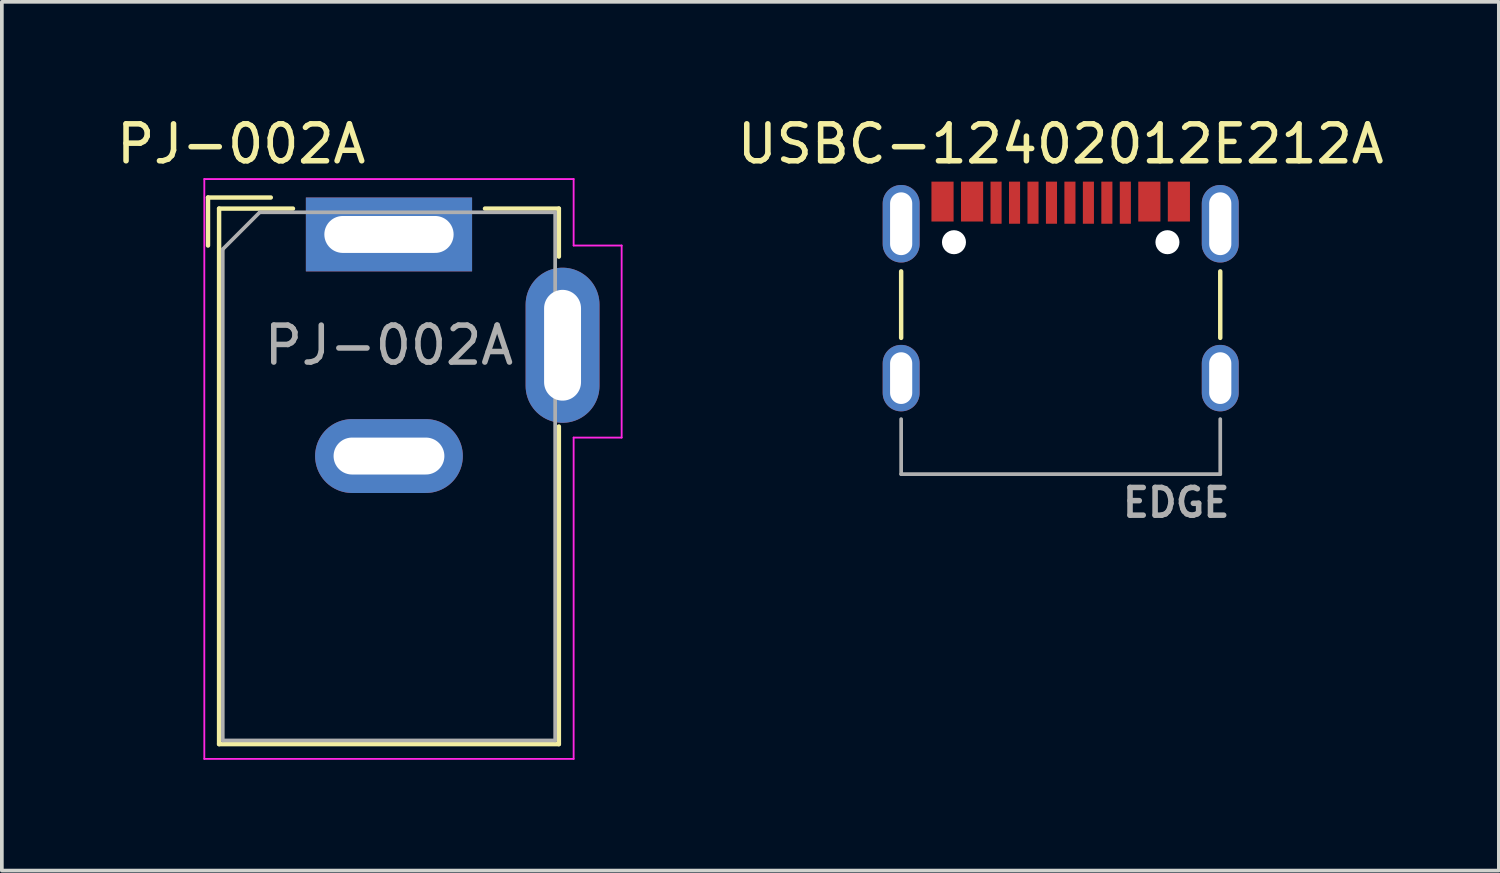
<source format=kicad_pcb>
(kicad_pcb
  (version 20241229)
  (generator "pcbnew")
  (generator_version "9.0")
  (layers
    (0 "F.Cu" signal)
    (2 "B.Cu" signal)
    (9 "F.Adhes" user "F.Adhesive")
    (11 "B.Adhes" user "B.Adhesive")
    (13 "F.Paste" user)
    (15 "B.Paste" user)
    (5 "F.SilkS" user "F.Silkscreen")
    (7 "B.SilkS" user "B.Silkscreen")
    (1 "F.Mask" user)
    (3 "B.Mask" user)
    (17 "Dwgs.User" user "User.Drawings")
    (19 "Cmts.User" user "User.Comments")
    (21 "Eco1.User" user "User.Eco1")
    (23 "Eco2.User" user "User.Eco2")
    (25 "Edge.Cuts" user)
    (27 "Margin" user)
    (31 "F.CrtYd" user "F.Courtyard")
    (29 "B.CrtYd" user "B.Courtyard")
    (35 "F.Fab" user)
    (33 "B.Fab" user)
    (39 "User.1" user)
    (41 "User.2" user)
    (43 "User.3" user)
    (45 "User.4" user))
  (footprint "PJ-002A"
    (layer "F.Cu")
    (at 7.482 3.298)
    (property "Reference" "PJ-002A" (at -4 -2.45 0) (layer "F.SilkS") (effects (font (size 1 1) (thickness 0.15))))
    (attr through_hole)
    (fp_line (start -4.9 -1) (end -4.9 0.3) (stroke (width 0.12) (type solid)) (layer "F.SilkS"))
    (fp_line (start -4.6 -0.7) (end -2.6 -0.7) (stroke (width 0.12) (type solid)) (layer "F.SilkS"))
    (fp_line (start -4.6 13.8) (end -4.6 -0.7) (stroke (width 0.12) (type solid)) (layer "F.SilkS"))
    (fp_line (start -3.2 -1) (end -4.9 -1) (stroke (width 0.12) (type solid)) (layer "F.SilkS"))
    (fp_line (start 2.6 -0.7) (end 4.6 -0.7) (stroke (width 0.12) (type solid)) (layer "F.SilkS"))
    (fp_line (start 4.6 -0.7) (end 4.6 0.6) (stroke (width 0.12) (type solid)) (layer "F.SilkS"))
    (fp_line (start 4.6 5.2) (end 4.6 13.8) (stroke (width 0.12) (type solid)) (layer "F.SilkS"))
    (fp_line (start 4.6 13.8) (end -4.6 13.8) (stroke (width 0.12) (type solid)) (layer "F.SilkS"))
    (fp_line (start -5 -1.5) (end -5 14.2) (stroke (width 0.05) (type solid)) (layer "F.CrtYd"))
    (fp_line (start -5 14.2) (end 5 14.2) (stroke (width 0.05) (type solid)) (layer "F.CrtYd"))
    (fp_line (start 5 -1.5) (end -5 -1.5) (stroke (width 0.05) (type solid)) (layer "F.CrtYd"))
    (fp_line (start 5 0.3) (end 5 -1.5) (stroke (width 0.05) (type solid)) (layer "F.CrtYd"))
    (fp_line (start 5 14.2) (end 5 5.5) (stroke (width 0.05) (type solid)) (layer "F.CrtYd"))
    (fp_line (start 6.3 0.3) (end 5 0.3) (stroke (width 0.05) (type solid)) (layer "F.CrtYd"))
    (fp_line (start 6.3 0.3) (end 6.3 5.5) (stroke (width 0.05) (type solid)) (layer "F.CrtYd"))
    (fp_line (start 6.3 5.5) (end 5 5.5) (stroke (width 0.05) (type solid)) (layer "F.CrtYd"))
    (fp_line (start -4.5 0.4) (end -3.5 -0.6) (stroke (width 0.1) (type solid)) (layer "F.Fab"))
    (fp_line (start -4.5 13.7) (end -4.5 0.4) (stroke (width 0.1) (type solid)) (layer "F.Fab"))
    (fp_line (start 4.5 -0.6) (end -3.5 -0.6) (stroke (width 0.1) (type solid)) (layer "F.Fab"))
    (fp_line (start 4.5 -0.6) (end 4.5 13.7) (stroke (width 0.1) (type solid)) (layer "F.Fab"))
    (fp_line (start 4.5 13.7) (end -4.5 13.7) (stroke (width 0.1) (type solid)) (layer "F.Fab"))
    (fp_text user "${REFERENCE}" (at 0 3 0) (layer "F.Fab") (effects (font (size 1 1) (thickness 0.15))))
    (pad "1" thru_hole rect (at 0 0) (size 4.5 2) (drill oval 3.5 1) (layers "*.Cu" "*.Mask"))
    (pad "2" thru_hole oval (at 0 6) (size 4 2) (drill oval 3 1) (layers "*.Cu" "*.Mask"))
    (pad "3" thru_hole oval (at 4.7 3) (size 2 4.2) (drill oval 1 3) (layers "*.Cu" "*.Mask")))
  (footprint "USBC-12402012E212A"
    (layer "F.Cu")
    (at 25.67 5.098)
    (property "Reference" "USBC-12402012E212A" (at 0 -4.25 0) (unlocked yes) (layer "F.SilkS") (effects (font (size 1 1) (thickness 0.15))))
    (attr smd)
    (fp_line (start -4.32 -0.8) (end -4.32 1) (stroke (width 0.12) (type default)) (layer "F.SilkS"))
    (fp_line (start 4.32 -0.8) (end 4.32 1) (stroke (width 0.12) (type default)) (layer "F.SilkS"))
    (fp_line (start -4.32 4.69) (end -4.32 3.2) (stroke (width 0.1) (type default)) (layer "F.Fab"))
    (fp_line (start -4.32 4.69) (end 4.32 4.69) (stroke (width 0.1) (type default)) (layer "F.Fab"))
    (fp_line (start 4.32 4.69) (end 4.32 3.2) (stroke (width 0.1) (type default)) (layer "F.Fab"))
    (fp_text user "EDGE" (at 1.6 5.9 0) (unlocked yes) (layer "F.Fab") (effects (font (size 0.75 0.75) (thickness 0.15)) (justify left bottom)))
    (pad "" np_thru_hole circle (at -2.89 -1.59) (size 0.65 0.65) (drill 0.65) (layers "*.Cu" "*.Mask"))
    (pad "" np_thru_hole circle (at 2.89 -1.59) (size 0.65 0.65) (drill 0.65) (layers "*.Cu" "*.Mask"))
    (pad "A1B12" smd rect (at -3.2 -2.69) (size 0.6 1.08) (layers "F.Cu" "F.Mask" "F.Paste"))
    (pad "A4B9" smd rect (at -2.4 -2.69) (size 0.6 1.08) (layers "F.Cu" "F.Mask" "F.Paste"))
    (pad "A5" smd rect (at -1.25 -2.66) (size 0.3 1.14) (layers "F.Cu" "F.Mask" "F.Paste"))
    (pad "A6" smd rect (at -0.25 -2.66) (size 0.3 1.14) (layers "F.Cu" "F.Mask" "F.Paste"))
    (pad "A7" smd rect (at 0.25 -2.66) (size 0.3 1.14) (layers "F.Cu" "F.Mask" "F.Paste"))
    (pad "A8" smd rect (at 1.25 -2.66) (size 0.3 1.14) (layers "F.Cu" "F.Mask" "F.Paste"))
    (pad "B1A12" smd rect (at 3.2 -2.69) (size 0.6 1.08) (layers "F.Cu" "F.Mask" "F.Paste"))
    (pad "B4A9" smd rect (at 2.4 -2.69) (size 0.6 1.08) (layers "F.Cu" "F.Mask" "F.Paste"))
    (pad "B5" smd rect (at 1.75 -2.66) (size 0.3 1.14) (layers "F.Cu" "F.Mask" "F.Paste"))
    (pad "B6" smd rect (at 0.75 -2.66) (size 0.3 1.14) (layers "F.Cu" "F.Mask" "F.Paste"))
    (pad "B7" smd rect (at -0.75 -2.66) (size 0.3 1.14) (layers "F.Cu" "F.Mask" "F.Paste"))
    (pad "B8" smd rect (at -1.75 -2.66) (size 0.3 1.14) (layers "F.Cu" "F.Mask" "F.Paste"))
    (pad "S1" thru_hole oval (at -4.32 -2.09) (size 1 2.1) (drill oval 0.6 1.7) (layers "*.Cu" "*.Mask"))
    (pad "S2" thru_hole oval (at -4.32 2.09) (size 1 1.8) (drill oval 0.6 1.4) (layers "*.Cu" "*.Mask"))
    (pad "S3" thru_hole oval (at 4.32 2.09) (size 1 1.8) (drill oval 0.6 1.4) (layers "*.Cu" "*.Mask"))
    (pad "S4" thru_hole oval (at 4.32 -2.09) (size 1 2.1) (drill oval 0.6 1.7) (layers "*.Cu" "*.Mask")))
  (gr_rect
    (start -3 -3)
    (end 37.533 20.523)
    (stroke (width 0.1) (type default))
    (fill no)
    (layer "Edge.Cuts")))
</source>
